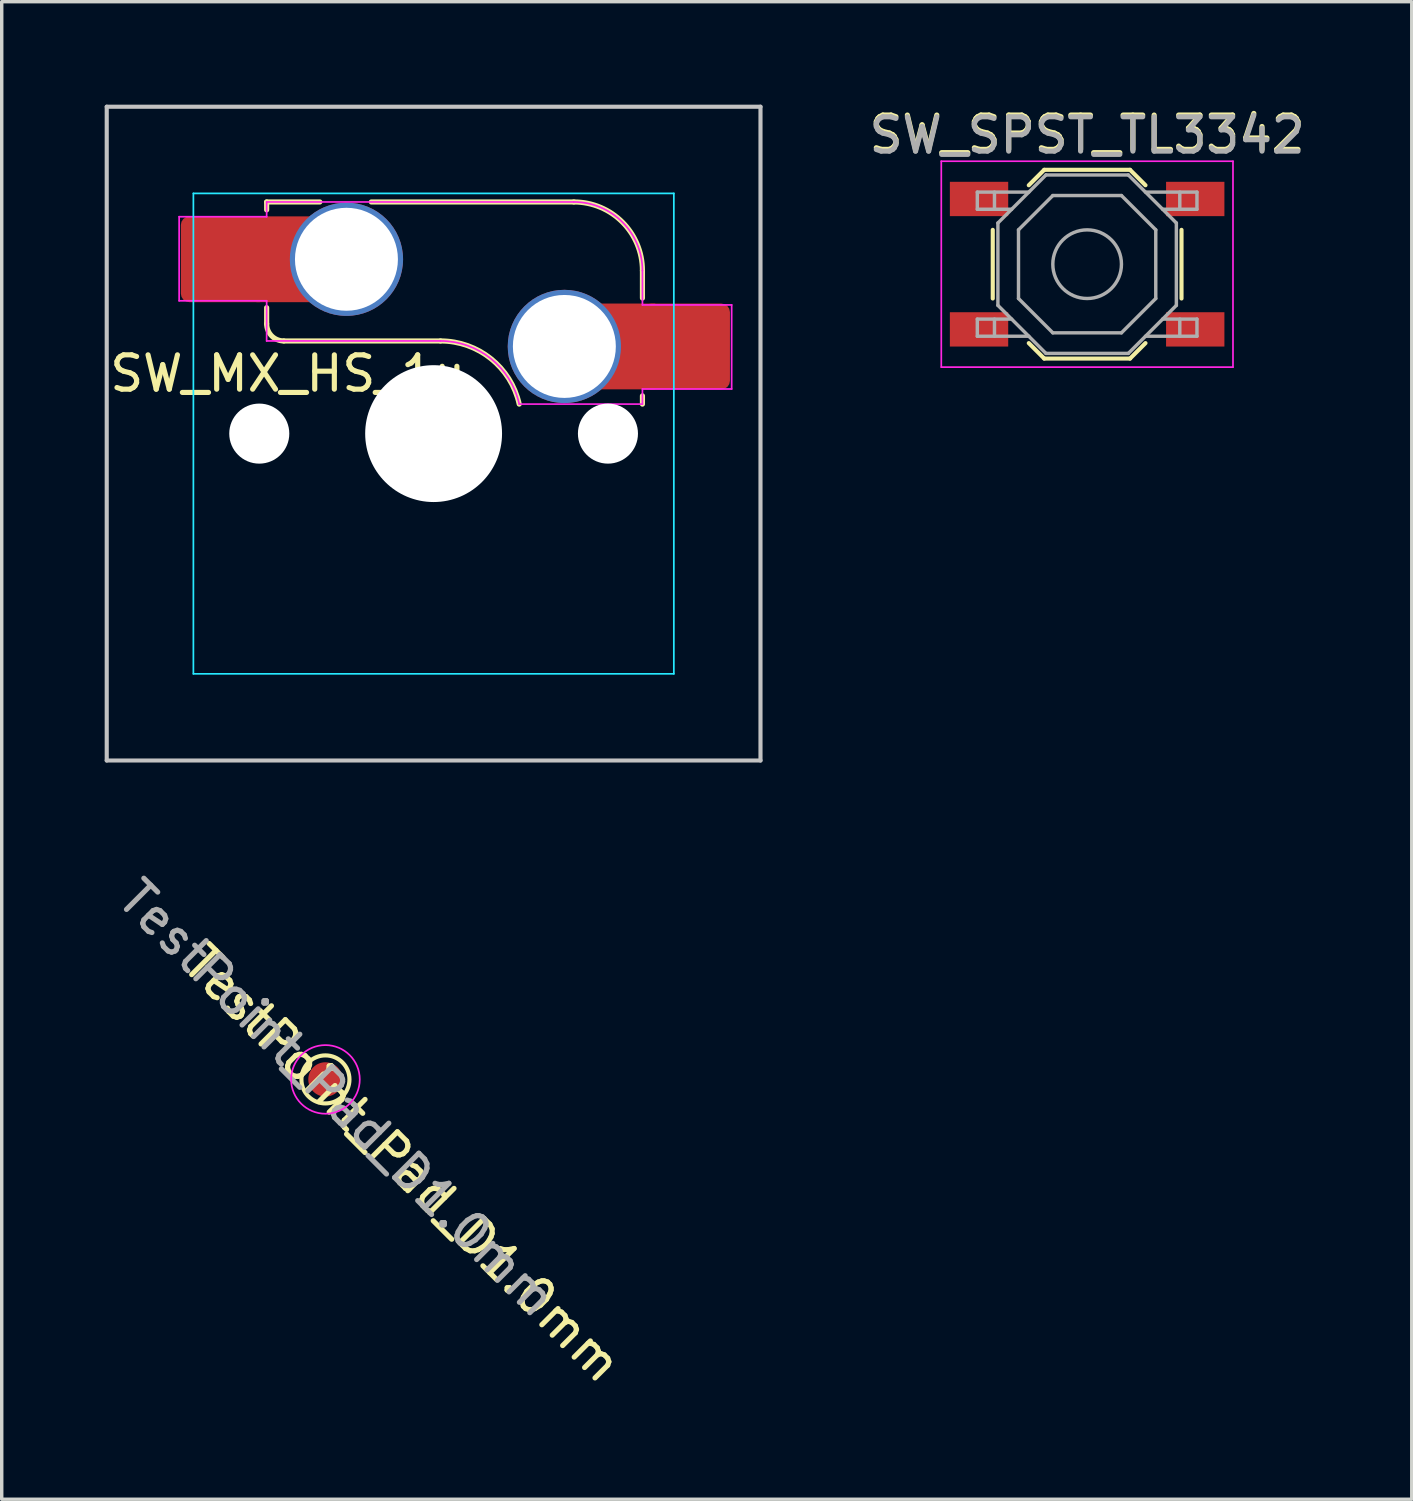
<source format=kicad_pcb>
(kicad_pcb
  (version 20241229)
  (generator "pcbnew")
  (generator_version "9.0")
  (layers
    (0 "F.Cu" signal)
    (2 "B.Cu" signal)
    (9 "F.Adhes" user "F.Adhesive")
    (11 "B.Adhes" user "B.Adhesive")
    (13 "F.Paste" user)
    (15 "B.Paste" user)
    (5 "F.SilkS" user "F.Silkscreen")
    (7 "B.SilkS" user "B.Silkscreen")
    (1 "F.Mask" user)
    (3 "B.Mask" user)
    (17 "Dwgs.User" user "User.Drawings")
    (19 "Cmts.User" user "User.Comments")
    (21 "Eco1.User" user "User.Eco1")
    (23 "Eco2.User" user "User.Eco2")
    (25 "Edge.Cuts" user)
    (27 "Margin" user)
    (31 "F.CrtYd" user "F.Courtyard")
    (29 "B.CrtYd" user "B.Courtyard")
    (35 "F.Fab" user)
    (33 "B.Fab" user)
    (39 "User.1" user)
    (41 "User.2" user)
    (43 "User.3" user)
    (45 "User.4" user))
  (footprint "SW_SPST_TL3342"
    (layer "F.Cu")
    (at 28.628 4.648)
    (property "Reference" "SW_SPST_TL3342" (at 0 -3.8 0) (layer "F.SilkS") (effects (font (size 1 1) (thickness 0.15))))
    (attr smd)
    (fp_line (start -2.75 -1) (end -2.75 1) (stroke (width 0.12) (type solid)) (layer "F.SilkS"))
    (fp_line (start -1.7 -2.3) (end -1.25 -2.75) (stroke (width 0.12) (type solid)) (layer "F.SilkS"))
    (fp_line (start -1.7 2.3) (end -1.25 2.75) (stroke (width 0.12) (type solid)) (layer "F.SilkS"))
    (fp_line (start -1.25 -2.75) (end 1.25 -2.75) (stroke (width 0.12) (type solid)) (layer "F.SilkS"))
    (fp_line (start -1.25 2.75) (end 1.25 2.75) (stroke (width 0.12) (type solid)) (layer "F.SilkS"))
    (fp_line (start 1.7 -2.3) (end 1.25 -2.75) (stroke (width 0.12) (type solid)) (layer "F.SilkS"))
    (fp_line (start 1.7 2.3) (end 1.25 2.75) (stroke (width 0.12) (type solid)) (layer "F.SilkS"))
    (fp_line (start 2.75 -1) (end 2.75 1) (stroke (width 0.12) (type solid)) (layer "F.SilkS"))
    (fp_line (start -4.25 -3) (end 4.25 -3) (stroke (width 0.05) (type solid)) (layer "F.CrtYd"))
    (fp_line (start -4.25 3) (end -4.25 -3) (stroke (width 0.05) (type solid)) (layer "F.CrtYd"))
    (fp_line (start 4.25 -3) (end 4.25 3) (stroke (width 0.05) (type solid)) (layer "F.CrtYd"))
    (fp_line (start 4.25 3) (end -4.25 3) (stroke (width 0.05) (type solid)) (layer "F.CrtYd"))
    (fp_line (start -3.2 -2.1) (end -3.2 -1.6) (stroke (width 0.1) (type solid)) (layer "F.Fab"))
    (fp_line (start -3.2 -1.6) (end -2.2 -1.6) (stroke (width 0.1) (type solid)) (layer "F.Fab"))
    (fp_line (start -3.2 1.6) (end -2.2 1.6) (stroke (width 0.1) (type solid)) (layer "F.Fab"))
    (fp_line (start -3.2 2.1) (end -3.2 1.6) (stroke (width 0.1) (type solid)) (layer "F.Fab"))
    (fp_line (start -2.7 -2.1) (end -2.7 -1.6) (stroke (width 0.1) (type solid)) (layer "F.Fab"))
    (fp_line (start -2.7 2.1) (end -2.7 1.6) (stroke (width 0.1) (type solid)) (layer "F.Fab"))
    (fp_line (start -2.6 -1.2) (end -2.6 1.2) (stroke (width 0.1) (type solid)) (layer "F.Fab"))
    (fp_line (start -2.6 1.2) (end -1.2 2.6) (stroke (width 0.1) (type solid)) (layer "F.Fab"))
    (fp_line (start -2 -1) (end -1 -2) (stroke (width 0.1) (type solid)) (layer "F.Fab"))
    (fp_line (start -2 1) (end -2 -1) (stroke (width 0.1) (type solid)) (layer "F.Fab"))
    (fp_line (start -1.7 -2.1) (end -3.2 -2.1) (stroke (width 0.1) (type solid)) (layer "F.Fab"))
    (fp_line (start -1.7 2.1) (end -3.2 2.1) (stroke (width 0.1) (type solid)) (layer "F.Fab"))
    (fp_line (start -1.2 -2.6) (end -2.6 -1.2) (stroke (width 0.1) (type solid)) (layer "F.Fab"))
    (fp_line (start -1.2 2.6) (end 1.2 2.6) (stroke (width 0.1) (type solid)) (layer "F.Fab"))
    (fp_line (start -1 -2) (end 1 -2) (stroke (width 0.1) (type solid)) (layer "F.Fab"))
    (fp_line (start -1 2) (end -2 1) (stroke (width 0.1) (type solid)) (layer "F.Fab"))
    (fp_line (start 1 -2) (end 2 -1) (stroke (width 0.1) (type solid)) (layer "F.Fab"))
    (fp_line (start 1 2) (end -1 2) (stroke (width 0.1) (type solid)) (layer "F.Fab"))
    (fp_line (start 1.2 -2.6) (end -1.2 -2.6) (stroke (width 0.1) (type solid)) (layer "F.Fab"))
    (fp_line (start 1.2 2.6) (end 2.6 1.2) (stroke (width 0.1) (type solid)) (layer "F.Fab"))
    (fp_line (start 1.7 -2.1) (end 3.2 -2.1) (stroke (width 0.1) (type solid)) (layer "F.Fab"))
    (fp_line (start 1.7 2.1) (end 3.2 2.1) (stroke (width 0.1) (type solid)) (layer "F.Fab"))
    (fp_line (start 2 -1) (end 2 1) (stroke (width 0.1) (type solid)) (layer "F.Fab"))
    (fp_line (start 2 1) (end 1 2) (stroke (width 0.1) (type solid)) (layer "F.Fab"))
    (fp_line (start 2.6 -1.2) (end 1.2 -2.6) (stroke (width 0.1) (type solid)) (layer "F.Fab"))
    (fp_line (start 2.6 1.2) (end 2.6 -1.2) (stroke (width 0.1) (type solid)) (layer "F.Fab"))
    (fp_line (start 2.7 -2.1) (end 2.7 -1.6) (stroke (width 0.1) (type solid)) (layer "F.Fab"))
    (fp_line (start 2.7 2.1) (end 2.7 1.6) (stroke (width 0.1) (type solid)) (layer "F.Fab"))
    (fp_line (start 3.2 -2.1) (end 3.2 -1.6) (stroke (width 0.1) (type solid)) (layer "F.Fab"))
    (fp_line (start 3.2 -1.6) (end 2.2 -1.6) (stroke (width 0.1) (type solid)) (layer "F.Fab"))
    (fp_line (start 3.2 1.6) (end 2.2 1.6) (stroke (width 0.1) (type solid)) (layer "F.Fab"))
    (fp_line (start 3.2 2.1) (end 3.2 1.6) (stroke (width 0.1) (type solid)) (layer "F.Fab"))
    (fp_circle (center 0 0) (end 1 0) (stroke (width 0.1) (type solid)) (fill no) (layer "F.Fab"))
    (fp_text user "${REFERENCE}" (at 0 -3.75 0) (layer "F.Fab") (effects (font (size 1 1) (thickness 0.15))))
    (pad "1" smd rect (at -3.15 -1.9 180) (size 1.7 1) (layers "F.Cu" "F.Mask" "F.Paste"))
    (pad "1" smd rect (at 3.15 -1.9 180) (size 1.7 1) (layers "F.Cu" "F.Mask" "F.Paste"))
    (pad "2" smd rect (at -3.15 1.9 180) (size 1.7 1) (layers "F.Cu" "F.Mask" "F.Paste"))
    (pad "2" smd rect (at 3.15 1.9 180) (size 1.7 1) (layers "F.Cu" "F.Mask" "F.Paste")))
  (footprint "SW_MX_HS_1u"
    (layer "F.Cu")
    (at 9.585 9.585)
    (property "Reference" "SW_MX_HS_1u" (at -4.25 -1.75 0) (layer "F.SilkS") (effects (font (size 1 1) (thickness 0.15))))
    (attr smd)
    (fp_line (start -4.865 -6.75) (end -4.865 -6.52) (stroke (width 0.15) (type solid)) (layer "F.SilkS"))
    (fp_line (start -4.865 -3.67) (end -4.865 -3.2) (stroke (width 0.15) (type solid)) (layer "F.SilkS"))
    (fp_line (start -4.365 -2.7) (end 0.2 -2.7) (stroke (width 0.15) (type solid)) (layer "F.SilkS"))
    (fp_line (start -3.315 -6.75) (end -4.865 -6.75) (stroke (width 0.15) (type solid)) (layer "F.SilkS"))
    (fp_line (start 4.085 -6.75) (end -1.815 -6.75) (stroke (width 0.15) (type solid)) (layer "F.SilkS"))
    (fp_line (start 6.085 -3.95) (end 6.085 -4.75) (stroke (width 0.15) (type solid)) (layer "F.SilkS"))
    (fp_line (start 6.085 -1.1) (end 6.085 -0.86) (stroke (width 0.15) (type solid)) (layer "F.SilkS"))
    (fp_arc (start -4.364824 -2.70022) (mid -4.718377 -2.846667) (end -4.864824 -3.20022) (stroke (width 0.15) (type solid)) (layer "F.SilkS"))
    (fp_arc (start 0.2 -2.70022) (mid 1.670693 -2.183637) (end 2.494322 -0.86022) (stroke (width 0.15) (type solid)) (layer "F.SilkS"))
    (fp_arc (start 4.085176 -6.75022) (mid 5.499388 -6.164432) (end 6.085176 -4.75022) (stroke (width 0.15) (type solid)) (layer "F.SilkS"))
    (fp_line (start -9.525 -9.525) (end 9.525 -9.525) (stroke (width 0.12) (type solid)) (layer "Dwgs.User"))
    (fp_line (start -9.525 9.525) (end -9.525 -9.525) (stroke (width 0.12) (type solid)) (layer "Dwgs.User"))
    (fp_line (start 9.525 -9.525) (end 9.525 9.525) (stroke (width 0.12) (type solid)) (layer "Dwgs.User"))
    (fp_line (start 9.525 9.525) (end -9.525 9.525) (stroke (width 0.12) (type solid)) (layer "Dwgs.User"))
    (fp_line (start -7 -6.5) (end -7 6.5) (stroke (width 0.05) (type solid)) (layer "Eco2.User"))
    (fp_line (start -6.5 7) (end 6.5 7) (stroke (width 0.05) (type solid)) (layer "Eco2.User"))
    (fp_line (start 6.5 -7) (end -6.5 -7) (stroke (width 0.05) (type solid)) (layer "Eco2.User"))
    (fp_line (start 7 6.5) (end 7 -6.5) (stroke (width 0.05) (type solid)) (layer "Eco2.User"))
    (fp_arc (start -7 -6.5) (mid -6.853553 -6.853553) (end -6.5 -7) (stroke (width 0.05) (type solid)) (layer "Eco2.User"))
    (fp_arc (start -6.497236 6.998884) (mid -6.850789 6.852437) (end -6.997236 6.498884) (stroke (width 0.05) (type solid)) (layer "Eco2.User"))
    (fp_arc (start 6.5 -7) (mid 6.853553 -6.853553) (end 7 -6.5) (stroke (width 0.05) (type solid)) (layer "Eco2.User"))
    (fp_arc (start 7 6.5) (mid 6.853553 6.853553) (end 6.5 7) (stroke (width 0.05) (type solid)) (layer "Eco2.User"))
    (fp_line (start -7 -7) (end 7 -7) (stroke (width 0.05) (type solid)) (layer "B.CrtYd"))
    (fp_line (start -7 7) (end -7 -7) (stroke (width 0.05) (type solid)) (layer "B.CrtYd"))
    (fp_line (start 7 -7) (end 7 7) (stroke (width 0.05) (type solid)) (layer "B.CrtYd"))
    (fp_line (start 7 7) (end -7 7) (stroke (width 0.05) (type solid)) (layer "B.CrtYd"))
    (fp_line (start -7.415 -6.32) (end -4.865 -6.32) (stroke (width 0.05) (type solid)) (layer "F.CrtYd"))
    (fp_line (start -7.415 -3.87) (end -7.415 -6.32) (stroke (width 0.05) (type solid)) (layer "F.CrtYd"))
    (fp_line (start -4.865 -6.75) (end -4.865 -6.32) (stroke (width 0.05) (type solid)) (layer "F.CrtYd"))
    (fp_line (start -4.865 -3.87) (end -7.415 -3.87) (stroke (width 0.05) (type solid)) (layer "F.CrtYd"))
    (fp_line (start -4.865 -3.87) (end -4.865 -2.7) (stroke (width 0.05) (type solid)) (layer "F.CrtYd"))
    (fp_line (start -4.865 -2.7) (end 0.2 -2.7) (stroke (width 0.05) (type solid)) (layer "F.CrtYd"))
    (fp_line (start 4.085 -6.75) (end -4.865 -6.75) (stroke (width 0.05) (type solid)) (layer "F.CrtYd"))
    (fp_line (start 6.085 -3.75) (end 6.085 -4.75) (stroke (width 0.05) (type solid)) (layer "F.CrtYd"))
    (fp_line (start 6.085 -3.75) (end 8.685 -3.75) (stroke (width 0.05) (type solid)) (layer "F.CrtYd"))
    (fp_line (start 6.085 -1.3) (end 6.085 -0.86) (stroke (width 0.05) (type solid)) (layer "F.CrtYd"))
    (fp_line (start 6.085 -0.86) (end 2.494 -0.86) (stroke (width 0.05) (type solid)) (layer "F.CrtYd"))
    (fp_line (start 8.685 -3.75) (end 8.685 -1.3) (stroke (width 0.05) (type solid)) (layer "F.CrtYd"))
    (fp_line (start 8.685 -1.3) (end 6.085 -1.3) (stroke (width 0.05) (type solid)) (layer "F.CrtYd"))
    (fp_arc (start 0.2 -2.70022) (mid 1.670503 -2.1834) (end 2.494322 -0.86022) (stroke (width 0.05) (type solid)) (layer "F.CrtYd"))
    (fp_arc (start 4.085176 -6.75022) (mid 5.499388 -6.164432) (end 6.085176 -4.75022) (stroke (width 0.05) (type solid)) (layer "F.CrtYd"))
    (pad "" np_thru_hole circle (at -5.08 0 180) (size 1.75 1.75) (drill 1.75) (layers "*.Cu" "*.Mask"))
    (pad "" np_thru_hole circle (at 0 0 180) (size 3.988 3.988) (drill 3.988) (layers "*.Cu" "*.Mask"))
    (pad "" np_thru_hole circle (at 5.08 0 180) (size 1.75 1.75) (drill 1.75) (layers "*.Cu" "*.Mask"))
    (pad "1" thru_hole circle (at 3.81 -2.54 180) (size 3.3 3.3) (drill 3) (layers "*.Cu" "*.Mask"))
    (pad "1" smd rect (at 5.635 -2.54) (size 1.65 2.5) (layers "F.Cu"))
    (pad "1" smd roundrect (at 7.36 -2.54 180) (size 2.55 2.5) (layers "F.Cu" "F.Mask" "F.Paste") (roundrect_rratio 0.1))
    (pad "2" smd roundrect (at -6.09 -5.08 180) (size 2.55 2.5) (layers "F.Cu" "F.Mask" "F.Paste") (roundrect_rratio 0.1))
    (pad "2" smd rect (at -4.34 -5.08 180) (size 1.65 2.5) (layers "F.Cu"))
    (pad "2" thru_hole circle (at -2.54 -5.08 180) (size 3.3 3.3) (drill 3) (layers "*.Cu" "*.Mask")))
  (footprint "TestPoint_Pad_D1.0mm"
    (layer "F.Cu")
    (at 6.433 28.403)
    (property "Reference" "TestPoint_Pad_D1.0mm" (at 2.25 2.45 135) (layer "F.SilkS") (effects (font (size 1 1) (thickness 0.15))))
    (attr exclude_from_pos_files)
    (fp_circle (center 0 0) (end 0 0.7) (stroke (width 0.12) (type solid)) (fill no) (layer "F.SilkS"))
    (fp_circle (center 0 0) (end 1 0) (stroke (width 0.05) (type solid)) (fill no) (layer "F.CrtYd"))
    (fp_text user "${REFERENCE}" (at 0.35 0.55 135) (layer "F.Fab") (effects (font (size 1 1) (thickness 0.15))))
    (pad "1" smd circle (at 0 0 180) (size 1 1) (layers "F.Cu" "F.Mask")))
  (gr_rect
    (start -3 -3)
    (end 38.087 40.636)
    (stroke (width 0.1) (type default))
    (fill no)
    (layer "Edge.Cuts")))
</source>
